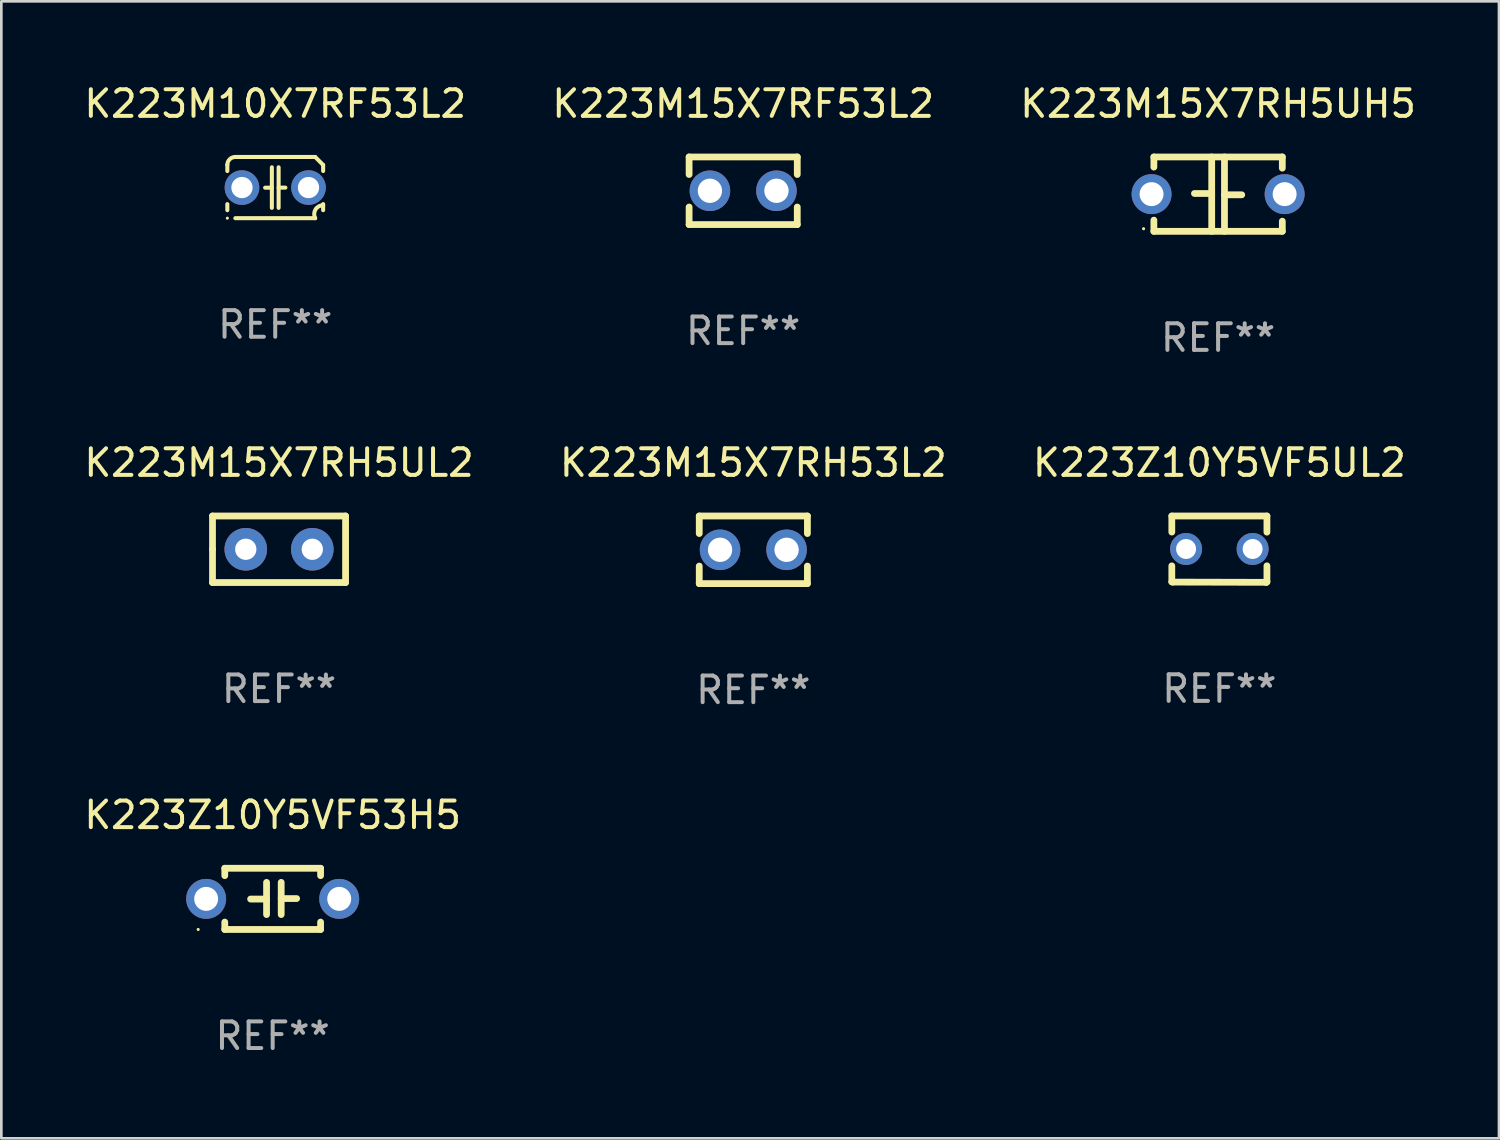
<source format=kicad_pcb>
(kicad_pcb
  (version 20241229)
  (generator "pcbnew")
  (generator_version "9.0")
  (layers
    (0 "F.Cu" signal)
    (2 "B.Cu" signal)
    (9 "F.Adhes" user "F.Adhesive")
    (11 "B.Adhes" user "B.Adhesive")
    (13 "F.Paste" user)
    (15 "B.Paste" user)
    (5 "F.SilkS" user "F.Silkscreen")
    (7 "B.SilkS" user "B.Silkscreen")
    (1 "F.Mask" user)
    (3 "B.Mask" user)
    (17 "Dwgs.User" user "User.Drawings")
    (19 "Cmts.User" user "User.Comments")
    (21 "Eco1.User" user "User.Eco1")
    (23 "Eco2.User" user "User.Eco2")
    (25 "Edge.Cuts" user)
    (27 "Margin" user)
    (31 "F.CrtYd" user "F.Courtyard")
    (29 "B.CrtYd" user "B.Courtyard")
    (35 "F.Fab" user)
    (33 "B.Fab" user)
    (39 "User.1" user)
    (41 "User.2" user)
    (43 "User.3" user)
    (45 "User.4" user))
  (footprint "K223Z10Y5VF53H5"
    (layer "F.Cu")
    (at 7.196 30.725)
    (property "Reference" "K223Z10Y5VF53H5" (at 0 -3.15 0) (layer "F.SilkS") (effects (font (size 1 1) (thickness 0.15))))
    (attr through_hole)
    (fp_line (start -1.8 -1.15) (end -1.8 -0.872) (stroke (width 0.254) (type solid)) (layer "F.SilkS"))
    (fp_line (start -1.8 -1.15) (end 1.8 -1.15) (stroke (width 0.254) (type solid)) (layer "F.SilkS"))
    (fp_line (start -1.8 0.872) (end -1.8 1.15) (stroke (width 0.254) (type solid)) (layer "F.SilkS"))
    (fp_line (start -1.8 1.15) (end 1.8 1.15) (stroke (width 0.254) (type solid)) (layer "F.SilkS"))
    (fp_line (start -0.23 -0.62) (end -0.23 0.59) (stroke (width 0.254) (type solid)) (layer "F.SilkS"))
    (fp_line (start -0.23 0.007) (end -0.83 0.007) (stroke (width 0.254) (type solid)) (layer "F.SilkS"))
    (fp_line (start 0.32 -0.62) (end 0.32 0.59) (stroke (width 0.254) (type solid)) (layer "F.SilkS"))
    (fp_line (start 0.32 -0.012) (end 0.9 -0.012) (stroke (width 0.254) (type solid)) (layer "F.SilkS"))
    (fp_line (start 1.8 -1.15) (end 1.8 -0.872) (stroke (width 0.254) (type solid)) (layer "F.SilkS"))
    (fp_line (start 1.8 0.872) (end 1.8 1.15) (stroke (width 0.254) (type solid)) (layer "F.SilkS"))
    (fp_circle (center -2.8 1.15) (end -2.77 1.15) (stroke (width 0.06) (type solid)) (fill no) (layer "F.SilkS"))
    (fp_text user "REF**" (at 0 5.15 0) (layer "F.Fab") (effects (font (size 1 1) (thickness 0.15))))
    (pad "1" thru_hole circle (at -2.5 0) (size 1.5 1.5) (drill 0.9) (layers "*.Cu" "*.Mask"))
    (pad "2" thru_hole circle (at 2.5 0) (size 1.5 1.5) (drill 0.9) (layers "*.Cu" "*.Mask")))
  (footprint "K223M15X7RH53L2"
    (layer "F.Cu")
    (at 25.256 17.609)
    (property "Reference" "K223M15X7RH53L2" (at 0 -3.27 0) (layer "F.SilkS") (effects (font (size 1 1) (thickness 0.15))))
    (attr through_hole)
    (fp_line (start -2.032 -1.27) (end -2.032 -0.611) (stroke (width 0.254) (type solid)) (layer "F.SilkS"))
    (fp_line (start -2.032 0.611) (end -2.032 1.27) (stroke (width 0.254) (type solid)) (layer "F.SilkS"))
    (fp_line (start -2.032 1.27) (end 2.032 1.27) (stroke (width 0.254) (type solid)) (layer "F.SilkS"))
    (fp_line (start 2.032 -1.27) (end -2.032 -1.27) (stroke (width 0.254) (type solid)) (layer "F.SilkS"))
    (fp_line (start 2.032 -0.611) (end 2.032 -1.27) (stroke (width 0.254) (type solid)) (layer "F.SilkS"))
    (fp_line (start 2.032 1.27) (end 2.032 0.611) (stroke (width 0.254) (type solid)) (layer "F.SilkS"))
    (fp_circle (center -2 1.3) (end -1.97 1.3) (stroke (width 0.06) (type solid)) (fill no) (layer "F.SilkS"))
    (fp_text user "REF**" (at 0 5.27 0) (layer "F.Fab") (effects (font (size 1 1) (thickness 0.15))))
    (pad "1" thru_hole circle (at -1.25 0) (size 1.524 1.524) (drill 0.914) (layers "*.Cu" "*.Mask"))
    (pad "2" thru_hole circle (at 1.25 0) (size 1.524 1.524) (drill 0.914) (layers "*.Cu" "*.Mask")))
  (footprint "K223M15X7RH5UL2"
    (layer "F.Cu")
    (at 7.435 17.589)
    (property "Reference" "K223M15X7RH5UL2" (at 0 -3.25 0) (layer "F.SilkS") (effects (font (size 1 1) (thickness 0.15))))
    (attr through_hole)
    (fp_line (start -2.5 -1.25) (end 2.5 -1.25) (stroke (width 0.254) (type solid)) (layer "F.SilkS"))
    (fp_line (start -2.5 0) (end -2.5 -1.25) (stroke (width 0.254) (type solid)) (layer "F.SilkS"))
    (fp_line (start -2.5 1.25) (end -2.5 0) (stroke (width 0.254) (type solid)) (layer "F.SilkS"))
    (fp_line (start 2.5 -1.25) (end 2.5 1.25) (stroke (width 0.254) (type solid)) (layer "F.SilkS"))
    (fp_line (start 2.5 1.25) (end -2.5 1.25) (stroke (width 0.254) (type solid)) (layer "F.SilkS"))
    (fp_circle (center -2.5 1.25) (end -2.47 1.25) (stroke (width 0.06) (type solid)) (fill no) (layer "F.SilkS"))
    (fp_text user "REF**" (at 0 5.25 0) (layer "F.Fab") (effects (font (size 1 1) (thickness 0.15))))
    (pad "1" thru_hole circle (at -1.25 0) (size 1.6 1.6) (drill 0.8) (layers "*.Cu" "*.Mask"))
    (pad "2" thru_hole circle (at 1.25 0) (size 1.6 1.6) (drill 0.8) (layers "*.Cu" "*.Mask")))
  (footprint "K223M10X7RF53L2"
    (layer "F.Cu")
    (at 7.292 3.998)
    (property "Reference" "K223M10X7RF53L2" (at 0 -3.15 0) (layer "F.SilkS") (effects (font (size 1 1) (thickness 0.15))))
    (attr through_hole)
    (fp_line (start -1.8 -0.621) (end -1.8 -0.85) (stroke (width 0.152) (type solid)) (layer "F.SilkS"))
    (fp_line (start -1.8 0.85) (end -1.8 0.621) (stroke (width 0.152) (type solid)) (layer "F.SilkS"))
    (fp_line (start -1.5 -1.15) (end 1.5 -1.15) (stroke (width 0.152) (type solid)) (layer "F.SilkS"))
    (fp_line (start -0.127 -0.762) (end -0.127 0.762) (stroke (width 0.152) (type solid)) (layer "F.SilkS"))
    (fp_line (start -0.127 0.005) (end -0.381 0.005) (stroke (width 0.152) (type solid)) (layer "F.SilkS"))
    (fp_line (start 0.127 -0.762) (end 0.127 0.762) (stroke (width 0.152) (type solid)) (layer "F.SilkS"))
    (fp_line (start 0.127 0.002) (end 0.381 0.002) (stroke (width 0.152) (type solid)) (layer "F.SilkS"))
    (fp_line (start 1.5 1.15) (end -1.5 1.15) (stroke (width 0.152) (type solid)) (layer "F.SilkS"))
    (fp_line (start 1.8 -0.85) (end 1.8 -0.621) (stroke (width 0.152) (type solid)) (layer "F.SilkS"))
    (fp_line (start 1.8 0.621) (end 1.8 0.85) (stroke (width 0.152) (type solid)) (layer "F.SilkS"))
    (fp_arc (start -1.799975 -0.849987) (mid -1.712107 -1.062119) (end -1.499975 -1.149987) (stroke (width 0.151994) (type solid)) (layer "F.SilkS"))
    (fp_arc (start 1.499975 1.149987) (mid 1.513726 0.822359) (end 1.799975 0.662387) (stroke (width 0.151994) (type solid)) (layer "F.SilkS"))
    (fp_arc (start 1.500001 -1.149986) (mid 1.650015 -1.000001) (end 1.8 -0.849987) (stroke (width 0.151994) (type solid)) (layer "F.SilkS"))
    (fp_circle (center -1.8 1.15) (end -1.77 1.15) (stroke (width 0.06) (type solid)) (fill no) (layer "F.SilkS"))
    (fp_text user "REF**" (at 0 5.15 0) (layer "F.Fab") (effects (font (size 1 1) (thickness 0.15))))
    (pad "1" thru_hole circle (at -1.25 0) (size 1.3 1.3) (drill 0.8) (layers "*.Cu" "*.Mask"))
    (pad "2" thru_hole circle (at 1.25 0) (size 1.3 1.3) (drill 0.8) (layers "*.Cu" "*.Mask")))
  (footprint "K223Z10Y5VF5UL2"
    (layer "F.Cu")
    (at 42.768 17.585)
    (property "Reference" "K223Z10Y5VF5UL2" (at 0 -3.246 0) (layer "F.SilkS") (effects (font (size 1 1) (thickness 0.15))))
    (attr through_hole)
    (fp_line (start -1.787 -1.246) (end -1.787 -0.642) (stroke (width 0.254) (type solid)) (layer "F.SilkS"))
    (fp_line (start -1.787 0.627) (end -1.787 1.228) (stroke (width 0.254) (type solid)) (layer "F.SilkS"))
    (fp_line (start -1.787 1.228) (end -1.75 1.237) (stroke (width 0.254) (type solid)) (layer "F.SilkS"))
    (fp_line (start -1.75 1.237) (end 1.759 1.246) (stroke (width 0.254) (type solid)) (layer "F.SilkS"))
    (fp_line (start 1.759 1.246) (end 1.787 1.218) (stroke (width 0.254) (type solid)) (layer "F.SilkS"))
    (fp_line (start 1.787 -1.246) (end -1.787 -1.246) (stroke (width 0.254) (type solid)) (layer "F.SilkS"))
    (fp_line (start 1.787 -0.639) (end 1.787 -1.246) (stroke (width 0.254) (type solid)) (layer "F.SilkS"))
    (fp_line (start 1.787 1.237) (end 1.787 0.625) (stroke (width 0.254) (type solid)) (layer "F.SilkS"))
    (fp_circle (center -1.801 1.243) (end -1.771 1.243) (stroke (width 0.06) (type solid)) (fill no) (layer "F.SilkS"))
    (fp_text user "REF**" (at 0 5.246 0) (layer "F.Fab") (effects (font (size 1 1) (thickness 0.15))))
    (pad "1" thru_hole circle (at -1.251 -0.007) (size 1.2 1.2) (drill 0.75) (layers "*.Cu" "*.Mask"))
    (pad "2" thru_hole circle (at 1.249 -0.007) (size 1.2 1.2) (drill 0.75) (layers "*.Cu" "*.Mask")))
  (footprint "K223M15X7RF53L2"
    (layer "F.Cu")
    (at 24.875 4.118)
    (property "Reference" "K223M15X7RF53L2" (at 0 -3.27 0) (layer "F.SilkS") (effects (font (size 1 1) (thickness 0.15))))
    (attr through_hole)
    (fp_line (start -2.032 -1.27) (end -2.032 -0.611) (stroke (width 0.254) (type solid)) (layer "F.SilkS"))
    (fp_line (start -2.032 0.611) (end -2.032 1.27) (stroke (width 0.254) (type solid)) (layer "F.SilkS"))
    (fp_line (start -2.032 1.27) (end 2.032 1.27) (stroke (width 0.254) (type solid)) (layer "F.SilkS"))
    (fp_line (start 2.032 -1.27) (end -2.032 -1.27) (stroke (width 0.254) (type solid)) (layer "F.SilkS"))
    (fp_line (start 2.032 -0.611) (end 2.032 -1.27) (stroke (width 0.254) (type solid)) (layer "F.SilkS"))
    (fp_line (start 2.032 1.27) (end 2.032 0.611) (stroke (width 0.254) (type solid)) (layer "F.SilkS"))
    (fp_circle (center -2 1.3) (end -1.97 1.3) (stroke (width 0.06) (type solid)) (fill no) (layer "F.SilkS"))
    (fp_text user "REF**" (at 0 5.27 0) (layer "F.Fab") (effects (font (size 1 1) (thickness 0.15))))
    (pad "1" thru_hole circle (at -1.25 0) (size 1.524 1.524) (drill 0.914) (layers "*.Cu" "*.Mask"))
    (pad "2" thru_hole circle (at 1.25 0) (size 1.524 1.524) (drill 0.914) (layers "*.Cu" "*.Mask")))
  (footprint "K223M15X7RH5UH5"
    (layer "F.Cu")
    (at 42.72 4.245)
    (property "Reference" "K223M15X7RH5UH5" (at 0 -3.397 0) (layer "F.SilkS") (effects (font (size 1 1) (thickness 0.15))))
    (attr through_hole)
    (fp_line (start -2.413 -1.397) (end 2.413 -1.397) (stroke (width 0.254) (type solid)) (layer "F.SilkS"))
    (fp_line (start -2.413 -1.016) (end -2.413 -1.397) (stroke (width 0.254) (type solid)) (layer "F.SilkS"))
    (fp_line (start -2.413 0.977) (end -2.413 1.397) (stroke (width 0.254) (type solid)) (layer "F.SilkS"))
    (fp_line (start -0.24 -0.025) (end -0.889 -0.025) (stroke (width 0.254) (type solid)) (layer "F.SilkS"))
    (fp_line (start -0.24 1.397) (end -0.24 -1.397) (stroke (width 0.254) (type solid)) (layer "F.SilkS"))
    (fp_line (start 0.24 -1.397) (end 0.24 1.397) (stroke (width 0.254) (type solid)) (layer "F.SilkS"))
    (fp_line (start 0.24 0.025) (end 0.889 0.025) (stroke (width 0.254) (type solid)) (layer "F.SilkS"))
    (fp_line (start 2.413 -0.977) (end 2.413 -1.397) (stroke (width 0.254) (type solid)) (layer "F.SilkS"))
    (fp_line (start 2.413 1.016) (end 2.413 1.397) (stroke (width 0.254) (type solid)) (layer "F.SilkS"))
    (fp_line (start 2.413 1.397) (end -2.413 1.397) (stroke (width 0.254) (type solid)) (layer "F.SilkS"))
    (fp_circle (center -2.8 1.3) (end -2.77 1.3) (stroke (width 0.06) (type solid)) (fill no) (layer "F.SilkS"))
    (fp_text user "REF**" (at 0 5.397 0) (layer "F.Fab") (effects (font (size 1 1) (thickness 0.15))))
    (pad "1" thru_hole circle (at -2.5 0) (size 1.5 1.5) (drill 0.9) (layers "*.Cu" "*.Mask"))
    (pad "2" thru_hole circle (at 2.5 0) (size 1.5 1.5) (drill 0.9) (layers "*.Cu" "*.Mask")))
  (gr_rect
    (start -3 -3)
    (end 53.274 39.724)
    (stroke (width 0.1) (type default))
    (fill no)
    (layer "Edge.Cuts")))
</source>
